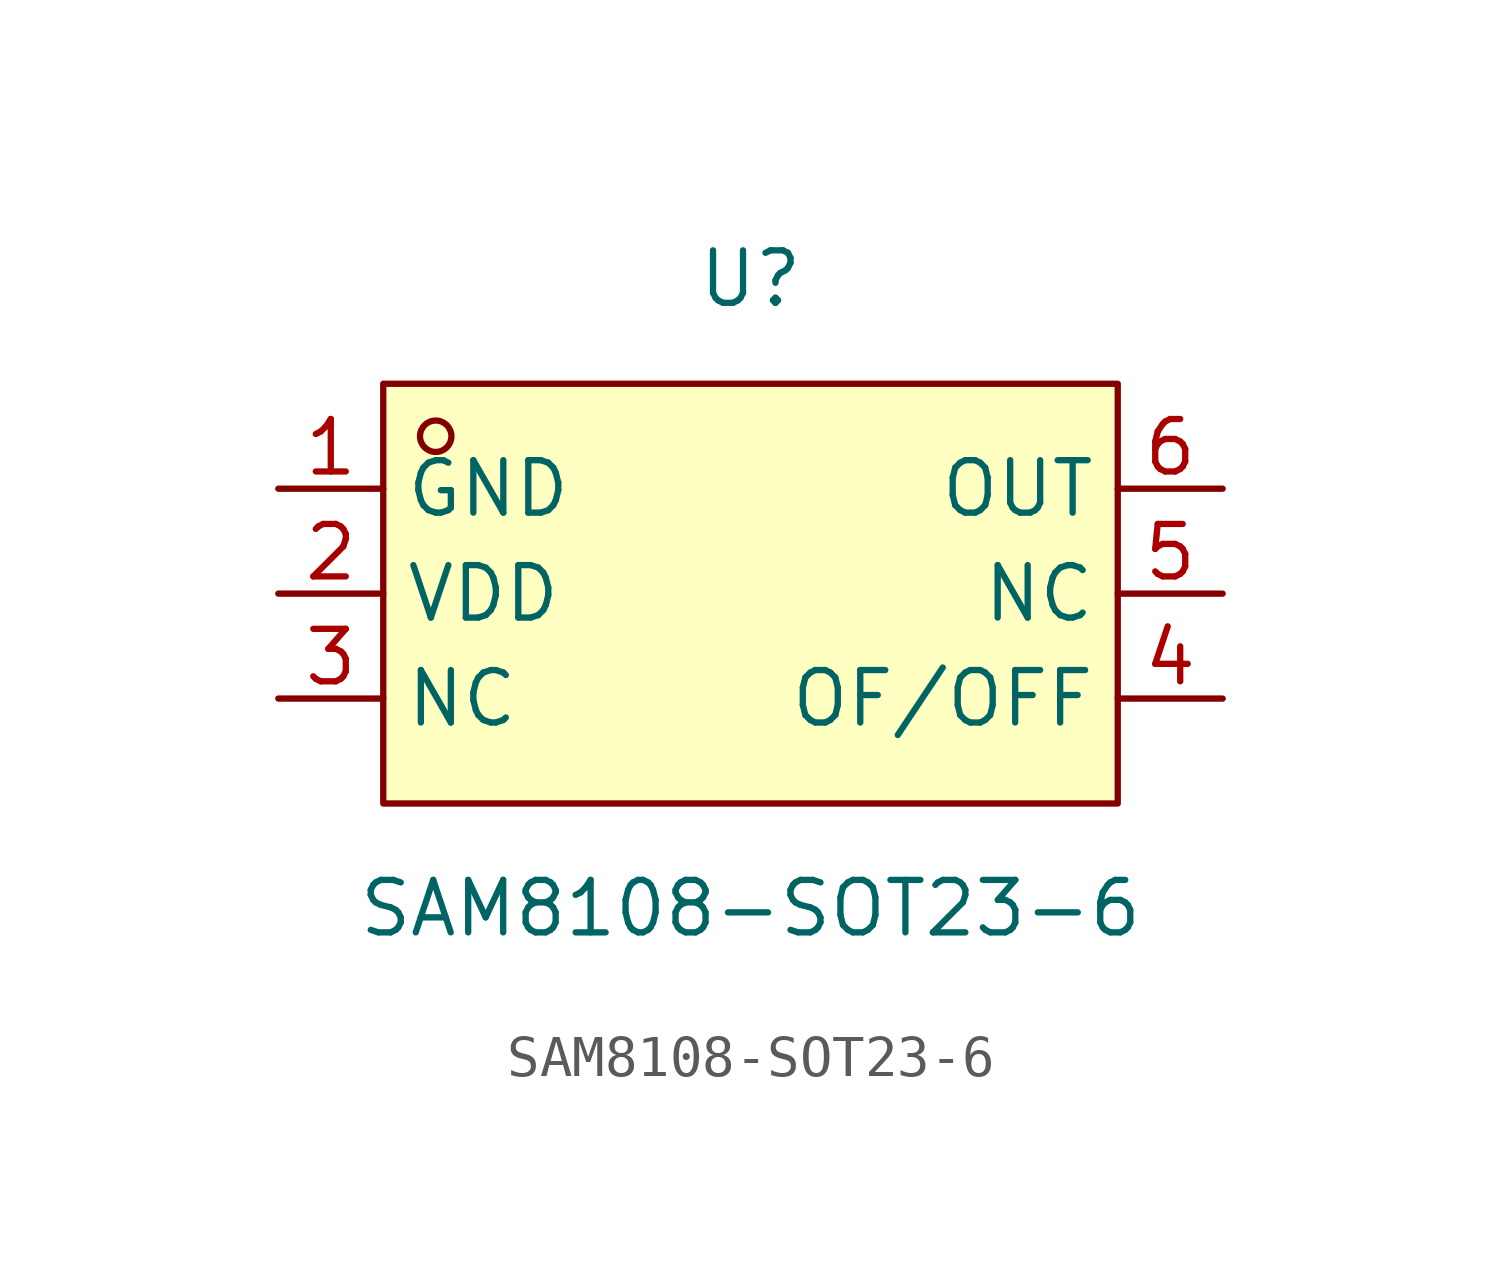
<source format=kicad_sym>
(kicad_symbol_lib
  (version 20211014)
  (generator https://github.com/uPesy/easyeda2kicad.py)
  (symbol "SAM8108-SOT23-6"
    (property "Reference" "U"
      (at 0 7.62 0)
      (effects (font (size 1.27 1.27))))
    (property "Value" "SAM8108-SOT23-6"
      (at 0 -7.62 0)
      (effects (font (size 1.27 1.27))))
    (symbol "SAM8108-SOT23-6_0_1"
      (rectangle (start -8.89 5.08) (end 8.89 -5.08) (stroke (width 0) (type default) (color 0 0 0 0)) (fill (type background)))
      (circle (center -7.62 3.81) (radius 0.38) (stroke (width 0) (type default) (color 0 0 0 0)) (fill (type none)))
      (pin unspecified line (at -11.43 2.54 0) (length 2.54) (name "GND" (effects (font (size 1.27 1.27)))) (number "1" (effects (font (size 1.27 1.27)))))
      (pin unspecified line (at -11.43 -0.00 0) (length 2.54) (name "VDD" (effects (font (size 1.27 1.27)))) (number "2" (effects (font (size 1.27 1.27)))))
      (pin unspecified line (at -11.43 -2.54 0) (length 2.54) (name "NC" (effects (font (size 1.27 1.27)))) (number "3" (effects (font (size 1.27 1.27)))))
      (pin unspecified line (at 11.43 -2.54 180) (length 2.54) (name "OF/OFF" (effects (font (size 1.27 1.27)))) (number "4" (effects (font (size 1.27 1.27)))))
      (pin unspecified line (at 11.43 -0.00 180) (length 2.54) (name "NC" (effects (font (size 1.27 1.27)))) (number "5" (effects (font (size 1.27 1.27)))))
      (pin unspecified line (at 11.43 2.54 180) (length 2.54) (name "OUT" (effects (font (size 1.27 1.27)))) (number "6" (effects (font (size 1.27 1.27))))))))
</source>
